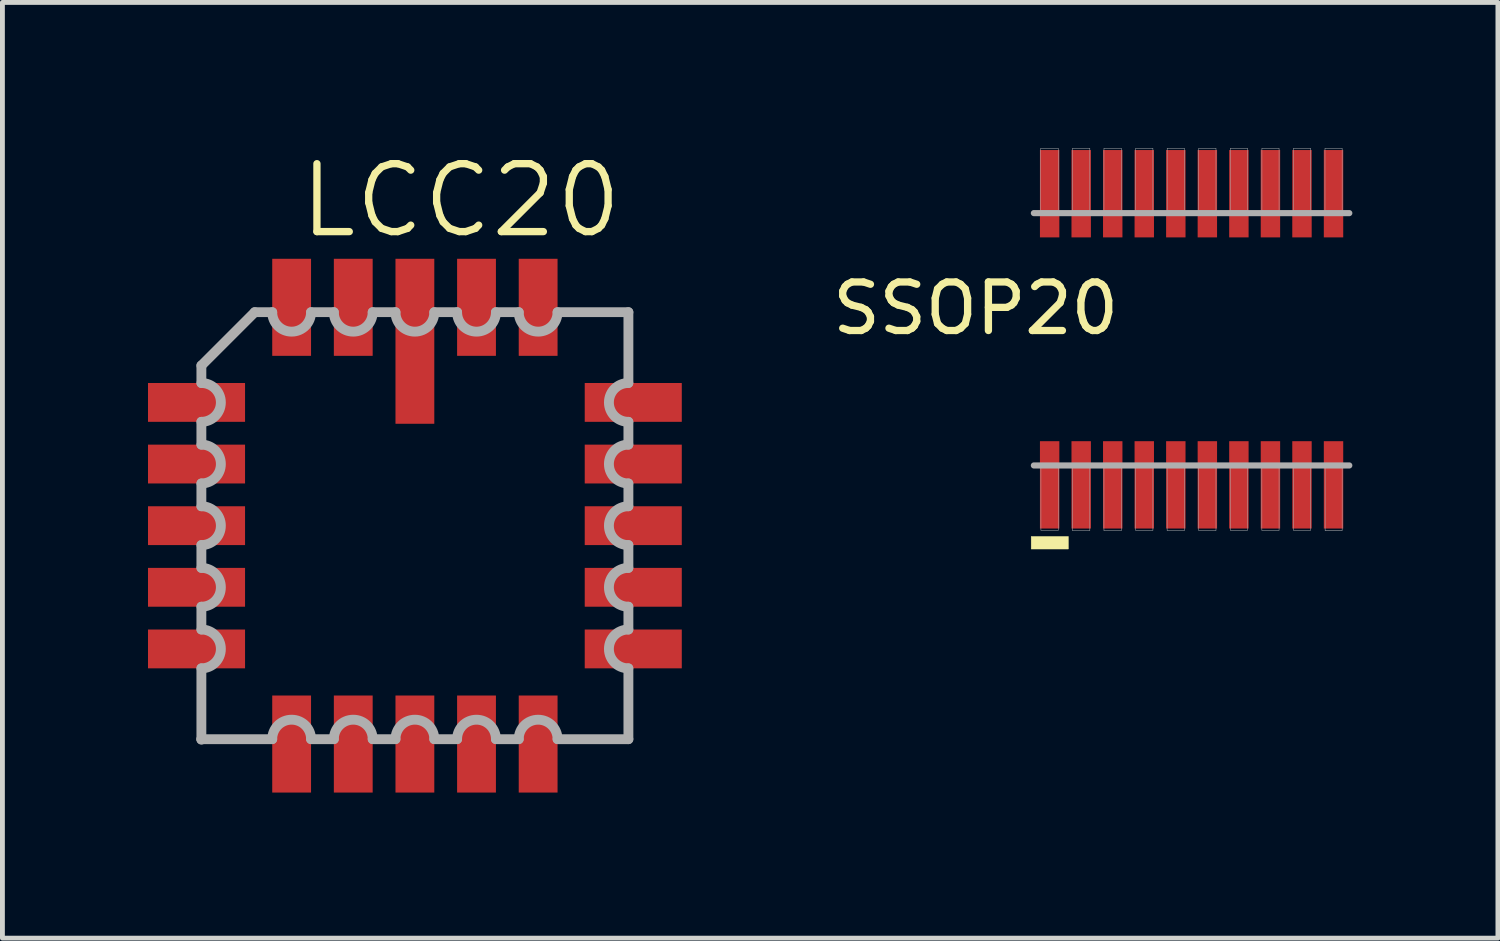
<source format=kicad_pcb>
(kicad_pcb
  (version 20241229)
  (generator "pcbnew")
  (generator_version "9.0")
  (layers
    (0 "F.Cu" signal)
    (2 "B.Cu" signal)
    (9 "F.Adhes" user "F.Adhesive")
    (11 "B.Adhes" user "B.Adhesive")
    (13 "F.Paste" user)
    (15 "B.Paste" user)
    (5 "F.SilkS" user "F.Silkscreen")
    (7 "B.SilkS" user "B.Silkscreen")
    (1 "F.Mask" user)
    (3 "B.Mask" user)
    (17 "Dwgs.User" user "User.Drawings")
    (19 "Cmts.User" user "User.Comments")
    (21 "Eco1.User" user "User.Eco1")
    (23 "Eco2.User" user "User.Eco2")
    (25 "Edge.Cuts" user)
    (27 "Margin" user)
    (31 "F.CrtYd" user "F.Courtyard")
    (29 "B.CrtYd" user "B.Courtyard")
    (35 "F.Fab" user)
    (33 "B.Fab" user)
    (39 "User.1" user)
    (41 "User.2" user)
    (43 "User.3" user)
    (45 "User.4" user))
  (footprint "SSOP20"
    (layer "F.Cu")
    (at 21.506 3.942)
    (property "Reference" "SSOP20" (at -4.449 -0.636 180) (layer "F.SilkS") (effects (font (size 1.001 1.001) (thickness 0.15))))
    (attr smd)
    (fp_poly (pts (xy -3.305 4.064) (xy -2.54 4.064) (xy -2.54 4.322) (xy -3.305 4.322)) (stroke (width 0.01) (type solid)) (fill yes) (layer "F.SilkS"))
    (fp_line (start -3.25 2.6) (end 3.25 2.6) (stroke (width 0.127) (type solid)) (layer "F.Fab"))
    (fp_line (start 3.25 -2.6) (end -3.25 -2.6) (stroke (width 0.127) (type solid)) (layer "F.Fab"))
    (fp_poly (pts (xy -3.109 -3.937) (xy -2.747 -3.937) (xy -2.747 -2.646) (xy -3.109 -2.646)) (stroke (width 0.01) (type solid)) (fill no) (layer "F.Fab"))
    (fp_poly (pts (xy -3.105 2.642) (xy -2.747 2.642) (xy -2.747 3.939) (xy -3.105 3.939)) (stroke (width 0.01) (type solid)) (fill no) (layer "F.Fab"))
    (fp_poly (pts (xy -2.457 2.642) (xy -2.097 2.642) (xy -2.097 3.943) (xy -2.457 3.943)) (stroke (width 0.01) (type solid)) (fill no) (layer "F.Fab"))
    (fp_poly (pts (xy -2.455 -3.937) (xy -2.097 -3.937) (xy -2.097 -2.644) (xy -2.455 -2.644)) (stroke (width 0.01) (type solid)) (fill no) (layer "F.Fab"))
    (fp_poly (pts (xy -1.806 2.642) (xy -1.447 2.642) (xy -1.447 3.945) (xy -1.806 3.945)) (stroke (width 0.01) (type solid)) (fill no) (layer "F.Fab"))
    (fp_poly (pts (xy -1.806 -3.937) (xy -1.447 -3.937) (xy -1.447 -2.646) (xy -1.806 -2.646)) (stroke (width 0.01) (type solid)) (fill no) (layer "F.Fab"))
    (fp_poly (pts (xy -1.154 2.642) (xy -0.797 2.642) (xy -0.797 3.939) (xy -1.154 3.939)) (stroke (width 0.01) (type solid)) (fill no) (layer "F.Fab"))
    (fp_poly (pts (xy -1.153 -3.937) (xy -0.797 -3.937) (xy -0.797 -2.643) (xy -1.153 -2.643)) (stroke (width 0.01) (type solid)) (fill no) (layer "F.Fab"))
    (fp_poly (pts (xy -0.504 2.642) (xy -0.147 2.642) (xy -0.147 3.943) (xy -0.504 3.943)) (stroke (width 0.01) (type solid)) (fill no) (layer "F.Fab"))
    (fp_poly (pts (xy -0.503 -3.937) (xy -0.147 -3.937) (xy -0.147 -2.644) (xy -0.503 -2.644)) (stroke (width 0.01) (type solid)) (fill no) (layer "F.Fab"))
    (fp_poly (pts (xy 0.147 -3.937) (xy 0.503 -3.937) (xy 0.503 -2.645) (xy 0.147 -2.645)) (stroke (width 0.01) (type solid)) (fill no) (layer "F.Fab"))
    (fp_poly (pts (xy 0.147 2.642) (xy 0.503 2.642) (xy 0.503 3.943) (xy 0.147 3.943)) (stroke (width 0.01) (type solid)) (fill no) (layer "F.Fab"))
    (fp_poly (pts (xy 0.798 2.642) (xy 1.153 2.642) (xy 1.153 3.938) (xy 0.798 3.938)) (stroke (width 0.01) (type solid)) (fill no) (layer "F.Fab"))
    (fp_poly (pts (xy 0.798 -3.937) (xy 1.153 -3.937) (xy 1.153 -2.644) (xy 0.798 -2.644)) (stroke (width 0.01) (type solid)) (fill no) (layer "F.Fab"))
    (fp_poly (pts (xy 1.448 2.642) (xy 1.803 2.642) (xy 1.803 3.94) (xy 1.448 3.94)) (stroke (width 0.01) (type solid)) (fill no) (layer "F.Fab"))
    (fp_poly (pts (xy 1.449 -3.937) (xy 1.803 -3.937) (xy 1.803 -2.645) (xy 1.449 -2.645)) (stroke (width 0.01) (type solid)) (fill no) (layer "F.Fab"))
    (fp_poly (pts (xy 2.098 2.642) (xy 2.453 2.642) (xy 2.453 3.938) (xy 2.098 3.938)) (stroke (width 0.01) (type solid)) (fill no) (layer "F.Fab"))
    (fp_poly (pts (xy 2.099 -3.937) (xy 2.453 -3.937) (xy 2.453 -2.644) (xy 2.099 -2.644)) (stroke (width 0.01) (type solid)) (fill no) (layer "F.Fab"))
    (fp_poly (pts (xy 2.749 -3.937) (xy 3.103 -3.937) (xy 3.103 -2.643) (xy 2.749 -2.643)) (stroke (width 0.01) (type solid)) (fill no) (layer "F.Fab"))
    (fp_poly (pts (xy 2.752 2.642) (xy 3.103 2.642) (xy 3.103 3.944) (xy 2.752 3.944)) (stroke (width 0.01) (type solid)) (fill no) (layer "F.Fab"))
    (pad "1" smd rect (at -2.925 3) (size 0.4 1.8) (layers "F.Cu" "F.Mask" "F.Paste"))
    (pad "2" smd rect (at -2.275 3) (size 0.4 1.8) (layers "F.Cu" "F.Mask" "F.Paste"))
    (pad "3" smd rect (at -1.625 3) (size 0.4 1.8) (layers "F.Cu" "F.Mask" "F.Paste"))
    (pad "4" smd rect (at -0.975 3) (size 0.4 1.8) (layers "F.Cu" "F.Mask" "F.Paste"))
    (pad "5" smd rect (at -0.325 3) (size 0.4 1.8) (layers "F.Cu" "F.Mask" "F.Paste"))
    (pad "6" smd rect (at 0.325 3) (size 0.4 1.8) (layers "F.Cu" "F.Mask" "F.Paste"))
    (pad "7" smd rect (at 0.975 3) (size 0.4 1.8) (layers "F.Cu" "F.Mask" "F.Paste"))
    (pad "8" smd rect (at 1.625 3) (size 0.4 1.8) (layers "F.Cu" "F.Mask" "F.Paste"))
    (pad "9" smd rect (at 2.275 3) (size 0.4 1.8) (layers "F.Cu" "F.Mask" "F.Paste"))
    (pad "10" smd rect (at 2.925 3) (size 0.4 1.8) (layers "F.Cu" "F.Mask" "F.Paste"))
    (pad "11" smd rect (at 2.925 -3) (size 0.4 1.8) (layers "F.Cu" "F.Mask" "F.Paste"))
    (pad "12" smd rect (at 2.275 -3) (size 0.4 1.8) (layers "F.Cu" "F.Mask" "F.Paste"))
    (pad "13" smd rect (at 1.625 -3) (size 0.4 1.8) (layers "F.Cu" "F.Mask" "F.Paste"))
    (pad "14" smd rect (at 0.975 -3) (size 0.4 1.8) (layers "F.Cu" "F.Mask" "F.Paste"))
    (pad "15" smd rect (at 0.325 -3) (size 0.4 1.8) (layers "F.Cu" "F.Mask" "F.Paste"))
    (pad "16" smd rect (at -0.325 -3) (size 0.4 1.8) (layers "F.Cu" "F.Mask" "F.Paste"))
    (pad "17" smd rect (at -0.975 -3) (size 0.4 1.8) (layers "F.Cu" "F.Mask" "F.Paste"))
    (pad "18" smd rect (at -1.625 -3) (size 0.4 1.8) (layers "F.Cu" "F.Mask" "F.Paste"))
    (pad "19" smd rect (at -2.275 -3) (size 0.4 1.8) (layers "F.Cu" "F.Mask" "F.Paste"))
    (pad "20" smd rect (at -2.925 -3) (size 0.4 1.8) (layers "F.Cu" "F.Mask" "F.Paste")))
  (footprint "LCC20"
    (layer "F.Cu")
    (at 5.5 7.783)
    (property "Reference" "LCC20" (at 0.948 -6.7 0) (layer "F.SilkS") (effects (font (size 1.4 1.4) (thickness 0.15))))
    (attr smd)
    (fp_line (start -4.4 -3.3) (end -4.4 -2.94) (stroke (width 0.203) (type solid)) (layer "F.Fab"))
    (fp_line (start -4.4 -2.14) (end -4.4 -1.67) (stroke (width 0.203) (type solid)) (layer "F.Fab"))
    (fp_line (start -4.4 -0.87) (end -4.4 -0.4) (stroke (width 0.203) (type solid)) (layer "F.Fab"))
    (fp_line (start -4.4 0.4) (end -4.4 0.87) (stroke (width 0.203) (type solid)) (layer "F.Fab"))
    (fp_line (start -4.4 1.67) (end -4.4 2.14) (stroke (width 0.203) (type solid)) (layer "F.Fab"))
    (fp_line (start -4.4 2.94) (end -4.4 4.4) (stroke (width 0.203) (type solid)) (layer "F.Fab"))
    (fp_line (start -4.4 4.4) (end -4.4 4.41) (stroke (width 0.203) (type solid)) (layer "F.Fab"))
    (fp_line (start -4.4 4.4) (end -2.94 4.4) (stroke (width 0.203) (type solid)) (layer "F.Fab"))
    (fp_line (start -3.3 -4.4) (end -4.4 -3.3) (stroke (width 0.203) (type solid)) (layer "F.Fab"))
    (fp_line (start -2.94 -4.4) (end -3.3 -4.4) (stroke (width 0.203) (type solid)) (layer "F.Fab"))
    (fp_line (start -2.14 4.4) (end -1.67 4.4) (stroke (width 0.203) (type solid)) (layer "F.Fab"))
    (fp_line (start -1.67 -4.4) (end -2.14 -4.4) (stroke (width 0.203) (type solid)) (layer "F.Fab"))
    (fp_line (start -0.87 4.4) (end -0.4 4.4) (stroke (width 0.203) (type solid)) (layer "F.Fab"))
    (fp_line (start -0.4 -4.4) (end -0.87 -4.4) (stroke (width 0.203) (type solid)) (layer "F.Fab"))
    (fp_line (start 0.4 4.4) (end 0.87 4.4) (stroke (width 0.203) (type solid)) (layer "F.Fab"))
    (fp_line (start 0.87 -4.4) (end 0.4 -4.4) (stroke (width 0.203) (type solid)) (layer "F.Fab"))
    (fp_line (start 1.67 4.4) (end 2.14 4.4) (stroke (width 0.203) (type solid)) (layer "F.Fab"))
    (fp_line (start 2.14 -4.4) (end 1.67 -4.4) (stroke (width 0.203) (type solid)) (layer "F.Fab"))
    (fp_line (start 2.94 4.4) (end 4.4 4.4) (stroke (width 0.203) (type solid)) (layer "F.Fab"))
    (fp_line (start 4.4 -4.4) (end 2.94 -4.4) (stroke (width 0.203) (type solid)) (layer "F.Fab"))
    (fp_line (start 4.4 -2.94) (end 4.4 -4.4) (stroke (width 0.203) (type solid)) (layer "F.Fab"))
    (fp_line (start 4.4 -1.67) (end 4.4 -2.14) (stroke (width 0.203) (type solid)) (layer "F.Fab"))
    (fp_line (start 4.4 -0.4) (end 4.4 -0.87) (stroke (width 0.203) (type solid)) (layer "F.Fab"))
    (fp_line (start 4.4 0.87) (end 4.4 0.4) (stroke (width 0.203) (type solid)) (layer "F.Fab"))
    (fp_line (start 4.4 2.14) (end 4.4 1.67) (stroke (width 0.203) (type solid)) (layer "F.Fab"))
    (fp_line (start 4.4 4.4) (end 4.4 2.94) (stroke (width 0.203) (type solid)) (layer "F.Fab"))
    (fp_arc (start -4.3985 -2.94) (mid -3.9985 -2.54) (end -4.3985 -2.14) (stroke (width 0.2032) (type solid)) (layer "F.Fab"))
    (fp_arc (start -4.3985 -1.67) (mid -3.9985 -1.27) (end -4.3985 -0.87) (stroke (width 0.2032) (type solid)) (layer "F.Fab"))
    (fp_arc (start -4.3985 -0.4001) (mid -3.9984 0) (end -4.3985 0.4001) (stroke (width 0.2032) (type solid)) (layer "F.Fab"))
    (fp_arc (start -4.3985 0.8699) (mid -3.9984 1.27) (end -4.3985 1.6701) (stroke (width 0.2032) (type solid)) (layer "F.Fab"))
    (fp_arc (start -4.3985 2.1399) (mid -3.9984 2.54) (end -4.3985 2.9401) (stroke (width 0.2032) (type solid)) (layer "F.Fab"))
    (fp_arc (start -2.9401 4.3985) (mid -2.54 3.9984) (end -2.1399 4.3985) (stroke (width 0.2032) (type solid)) (layer "F.Fab"))
    (fp_arc (start -2.1399 -4.3985) (mid -2.54 -3.9984) (end -2.9401 -4.3985) (stroke (width 0.2032) (type solid)) (layer "F.Fab"))
    (fp_arc (start -1.6701 4.3985) (mid -1.27 3.9984) (end -0.8699 4.3985) (stroke (width 0.2032) (type solid)) (layer "F.Fab"))
    (fp_arc (start -0.8699 -4.3985) (mid -1.27 -3.9984) (end -1.6701 -4.3985) (stroke (width 0.2032) (type solid)) (layer "F.Fab"))
    (fp_arc (start -0.4001 4.3985) (mid 0 3.9984) (end 0.4001 4.3985) (stroke (width 0.2032) (type solid)) (layer "F.Fab"))
    (fp_arc (start 0.4001 -4.3985) (mid 0 -3.9984) (end -0.4001 -4.3985) (stroke (width 0.2032) (type solid)) (layer "F.Fab"))
    (fp_arc (start 0.87 4.3985) (mid 1.27 3.9985) (end 1.67 4.3985) (stroke (width 0.2032) (type solid)) (layer "F.Fab"))
    (fp_arc (start 1.67 -4.3985) (mid 1.27 -3.9985) (end 0.87 -4.3985) (stroke (width 0.2032) (type solid)) (layer "F.Fab"))
    (fp_arc (start 2.14 4.3985) (mid 2.54 3.9985) (end 2.94 4.3985) (stroke (width 0.2032) (type solid)) (layer "F.Fab"))
    (fp_arc (start 2.94 -4.3985) (mid 2.54 -3.9985) (end 2.14 -4.3985) (stroke (width 0.2032) (type solid)) (layer "F.Fab"))
    (fp_arc (start 4.3985 -2.1399) (mid 3.9984 -2.54) (end 4.3985 -2.9401) (stroke (width 0.2032) (type solid)) (layer "F.Fab"))
    (fp_arc (start 4.3985 -0.8699) (mid 3.9984 -1.27) (end 4.3985 -1.6701) (stroke (width 0.2032) (type solid)) (layer "F.Fab"))
    (fp_arc (start 4.3985 0.4001) (mid 3.9984 0) (end 4.3985 -0.4001) (stroke (width 0.2032) (type solid)) (layer "F.Fab"))
    (fp_arc (start 4.3985 1.67) (mid 3.9985 1.27) (end 4.3985 0.87) (stroke (width 0.2032) (type solid)) (layer "F.Fab"))
    (fp_arc (start 4.3985 2.94) (mid 3.9985 2.54) (end 4.3985 2.14) (stroke (width 0.2032) (type solid)) (layer "F.Fab"))
    (pad "1" smd rect (at 0 -3.8) (size 0.8 3.4) (layers "F.Cu" "F.Mask" "F.Paste"))
    (pad "2" smd rect (at -1.27 -4.5) (size 0.8 2) (layers "F.Cu" "F.Mask" "F.Paste"))
    (pad "3" smd rect (at -2.54 -4.5) (size 0.8 2) (layers "F.Cu" "F.Mask" "F.Paste"))
    (pad "4" smd rect (at -4.5 -2.54) (size 2 0.8) (layers "F.Cu" "F.Mask" "F.Paste"))
    (pad "5" smd rect (at -4.5 -1.27) (size 2 0.8) (layers "F.Cu" "F.Mask" "F.Paste"))
    (pad "6" smd rect (at -4.5 0) (size 2 0.8) (layers "F.Cu" "F.Mask" "F.Paste"))
    (pad "7" smd rect (at -4.5 1.27) (size 2 0.8) (layers "F.Cu" "F.Mask" "F.Paste"))
    (pad "8" smd rect (at -4.5 2.54) (size 2 0.8) (layers "F.Cu" "F.Mask" "F.Paste"))
    (pad "9" smd rect (at -2.54 4.5) (size 0.8 2) (layers "F.Cu" "F.Mask" "F.Paste"))
    (pad "10" smd rect (at -1.27 4.5) (size 0.8 2) (layers "F.Cu" "F.Mask" "F.Paste"))
    (pad "11" smd rect (at 0 4.5) (size 0.8 2) (layers "F.Cu" "F.Mask" "F.Paste"))
    (pad "12" smd rect (at 1.27 4.5) (size 0.8 2) (layers "F.Cu" "F.Mask" "F.Paste"))
    (pad "13" smd rect (at 2.54 4.5) (size 0.8 2) (layers "F.Cu" "F.Mask" "F.Paste"))
    (pad "14" smd rect (at 4.5 2.54) (size 2 0.8) (layers "F.Cu" "F.Mask" "F.Paste"))
    (pad "15" smd rect (at 4.5 1.27) (size 2 0.8) (layers "F.Cu" "F.Mask" "F.Paste"))
    (pad "16" smd rect (at 4.5 0) (size 2 0.8) (layers "F.Cu" "F.Mask" "F.Paste"))
    (pad "17" smd rect (at 4.5 -1.27) (size 2 0.8) (layers "F.Cu" "F.Mask" "F.Paste"))
    (pad "18" smd rect (at 4.5 -2.54) (size 2 0.8) (layers "F.Cu" "F.Mask" "F.Paste"))
    (pad "19" smd rect (at 2.54 -4.5) (size 0.8 2) (layers "F.Cu" "F.Mask" "F.Paste"))
    (pad "20" smd rect (at 1.27 -4.5) (size 0.8 2) (layers "F.Cu" "F.Mask" "F.Paste")))
  (gr_rect
    (start -3 -3)
    (end 27.819 16.283)
    (stroke (width 0.1) (type default))
    (fill no)
    (layer "Edge.Cuts")))
</source>
